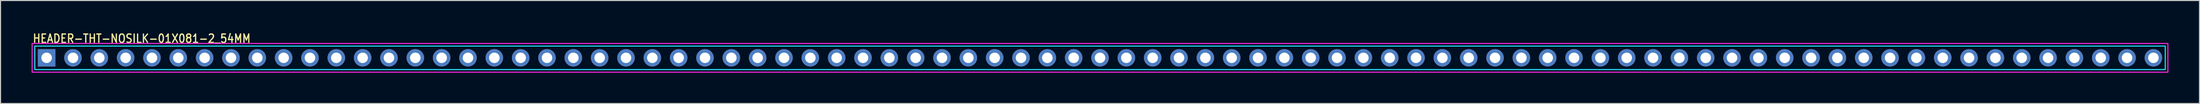
<source format=kicad_pcb>
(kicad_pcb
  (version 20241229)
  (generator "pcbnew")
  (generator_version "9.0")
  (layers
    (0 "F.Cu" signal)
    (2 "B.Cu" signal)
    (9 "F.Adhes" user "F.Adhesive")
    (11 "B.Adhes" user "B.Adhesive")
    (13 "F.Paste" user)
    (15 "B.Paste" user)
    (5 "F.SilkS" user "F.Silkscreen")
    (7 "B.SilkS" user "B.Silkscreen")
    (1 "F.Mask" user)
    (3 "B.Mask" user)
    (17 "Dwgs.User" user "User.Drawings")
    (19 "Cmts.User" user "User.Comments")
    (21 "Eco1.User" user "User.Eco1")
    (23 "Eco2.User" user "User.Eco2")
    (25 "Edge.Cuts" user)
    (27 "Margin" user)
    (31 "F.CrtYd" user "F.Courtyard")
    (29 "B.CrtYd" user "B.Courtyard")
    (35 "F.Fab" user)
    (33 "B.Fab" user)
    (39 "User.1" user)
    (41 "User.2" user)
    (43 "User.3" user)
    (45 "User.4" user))
  (footprint "HEADER-THT-NOSILK-01X081-2_54MM"
    (layer "F.Cu")
    (at 1.447 2.579)
    (property "Reference" "HEADER-THT-NOSILK-01X081-2_54MM" (at -1.4 -1.4 0) (unlocked yes) (layer "F.SilkS") (effects (font (size 0.813 0.695) (thickness 0.122)) (justify left bottom)))
    (fp_poly (pts (xy -1.143 -1.143) (xy 204.343 -1.143) (xy 204.343 1.143) (xy -1.143 1.143)) (stroke (width 0.1) (type solid)) (fill no) (layer "B.CrtYd"))
    (fp_poly (pts (xy -1.397 -1.397) (xy 204.597 -1.397) (xy 204.597 1.397) (xy -1.397 1.397)) (stroke (width 0.1) (type solid)) (fill no) (layer "F.CrtYd"))
    (pad "1" thru_hole rect (at 0 0) (size 1.693 1.693) (drill 1.016) (layers "*.Cu" "*.Mask"))
    (pad "2" thru_hole oval (at 2.54 0) (size 1.693 1.693) (drill 1.016) (layers "*.Cu" "*.Mask"))
    (pad "3" thru_hole oval (at 5.08 0) (size 1.693 1.693) (drill 1.016) (layers "*.Cu" "*.Mask"))
    (pad "4" thru_hole oval (at 7.62 0) (size 1.693 1.693) (drill 1.016) (layers "*.Cu" "*.Mask"))
    (pad "5" thru_hole oval (at 10.16 0) (size 1.693 1.693) (drill 1.016) (layers "*.Cu" "*.Mask"))
    (pad "6" thru_hole oval (at 12.7 0) (size 1.693 1.693) (drill 1.016) (layers "*.Cu" "*.Mask"))
    (pad "7" thru_hole oval (at 15.24 0) (size 1.693 1.693) (drill 1.016) (layers "*.Cu" "*.Mask"))
    (pad "8" thru_hole oval (at 17.78 0) (size 1.693 1.693) (drill 1.016) (layers "*.Cu" "*.Mask"))
    (pad "9" thru_hole oval (at 20.32 0) (size 1.693 1.693) (drill 1.016) (layers "*.Cu" "*.Mask"))
    (pad "10" thru_hole oval (at 22.86 0) (size 1.693 1.693) (drill 1.016) (layers "*.Cu" "*.Mask"))
    (pad "11" thru_hole oval (at 25.4 0) (size 1.693 1.693) (drill 1.016) (layers "*.Cu" "*.Mask"))
    (pad "12" thru_hole oval (at 27.94 0) (size 1.693 1.693) (drill 1.016) (layers "*.Cu" "*.Mask"))
    (pad "13" thru_hole oval (at 30.48 0) (size 1.693 1.693) (drill 1.016) (layers "*.Cu" "*.Mask"))
    (pad "14" thru_hole oval (at 33.02 0) (size 1.693 1.693) (drill 1.016) (layers "*.Cu" "*.Mask"))
    (pad "15" thru_hole oval (at 35.56 0) (size 1.693 1.693) (drill 1.016) (layers "*.Cu" "*.Mask"))
    (pad "16" thru_hole oval (at 38.1 0) (size 1.693 1.693) (drill 1.016) (layers "*.Cu" "*.Mask"))
    (pad "17" thru_hole oval (at 40.64 0) (size 1.693 1.693) (drill 1.016) (layers "*.Cu" "*.Mask"))
    (pad "18" thru_hole oval (at 43.18 0) (size 1.693 1.693) (drill 1.016) (layers "*.Cu" "*.Mask"))
    (pad "19" thru_hole oval (at 45.72 0) (size 1.693 1.693) (drill 1.016) (layers "*.Cu" "*.Mask"))
    (pad "20" thru_hole oval (at 48.26 0) (size 1.693 1.693) (drill 1.016) (layers "*.Cu" "*.Mask"))
    (pad "21" thru_hole oval (at 50.8 0) (size 1.693 1.693) (drill 1.016) (layers "*.Cu" "*.Mask"))
    (pad "22" thru_hole oval (at 53.34 0) (size 1.693 1.693) (drill 1.016) (layers "*.Cu" "*.Mask"))
    (pad "23" thru_hole oval (at 55.88 0) (size 1.693 1.693) (drill 1.016) (layers "*.Cu" "*.Mask"))
    (pad "24" thru_hole oval (at 58.42 0) (size 1.693 1.693) (drill 1.016) (layers "*.Cu" "*.Mask"))
    (pad "25" thru_hole oval (at 60.96 0) (size 1.693 1.693) (drill 1.016) (layers "*.Cu" "*.Mask"))
    (pad "26" thru_hole oval (at 63.5 0) (size 1.693 1.693) (drill 1.016) (layers "*.Cu" "*.Mask"))
    (pad "27" thru_hole oval (at 66.04 0) (size 1.693 1.693) (drill 1.016) (layers "*.Cu" "*.Mask"))
    (pad "28" thru_hole oval (at 68.58 0) (size 1.693 1.693) (drill 1.016) (layers "*.Cu" "*.Mask"))
    (pad "29" thru_hole oval (at 71.12 0) (size 1.693 1.693) (drill 1.016) (layers "*.Cu" "*.Mask"))
    (pad "30" thru_hole oval (at 73.66 0) (size 1.693 1.693) (drill 1.016) (layers "*.Cu" "*.Mask"))
    (pad "31" thru_hole oval (at 76.2 0) (size 1.693 1.693) (drill 1.016) (layers "*.Cu" "*.Mask"))
    (pad "32" thru_hole oval (at 78.74 0) (size 1.693 1.693) (drill 1.016) (layers "*.Cu" "*.Mask"))
    (pad "33" thru_hole oval (at 81.28 0) (size 1.693 1.693) (drill 1.016) (layers "*.Cu" "*.Mask"))
    (pad "34" thru_hole oval (at 83.82 0) (size 1.693 1.693) (drill 1.016) (layers "*.Cu" "*.Mask"))
    (pad "35" thru_hole oval (at 86.36 0) (size 1.693 1.693) (drill 1.016) (layers "*.Cu" "*.Mask"))
    (pad "36" thru_hole oval (at 88.9 0) (size 1.693 1.693) (drill 1.016) (layers "*.Cu" "*.Mask"))
    (pad "37" thru_hole oval (at 91.44 0) (size 1.693 1.693) (drill 1.016) (layers "*.Cu" "*.Mask"))
    (pad "38" thru_hole oval (at 93.98 0) (size 1.693 1.693) (drill 1.016) (layers "*.Cu" "*.Mask"))
    (pad "39" thru_hole oval (at 96.52 0) (size 1.693 1.693) (drill 1.016) (layers "*.Cu" "*.Mask"))
    (pad "40" thru_hole oval (at 99.06 0) (size 1.693 1.693) (drill 1.016) (layers "*.Cu" "*.Mask"))
    (pad "41" thru_hole oval (at 101.6 0) (size 1.693 1.693) (drill 1.016) (layers "*.Cu" "*.Mask"))
    (pad "42" thru_hole oval (at 104.14 0) (size 1.693 1.693) (drill 1.016) (layers "*.Cu" "*.Mask"))
    (pad "43" thru_hole oval (at 106.68 0) (size 1.693 1.693) (drill 1.016) (layers "*.Cu" "*.Mask"))
    (pad "44" thru_hole oval (at 109.22 0) (size 1.693 1.693) (drill 1.016) (layers "*.Cu" "*.Mask"))
    (pad "45" thru_hole oval (at 111.76 0) (size 1.693 1.693) (drill 1.016) (layers "*.Cu" "*.Mask"))
    (pad "46" thru_hole oval (at 114.3 0) (size 1.693 1.693) (drill 1.016) (layers "*.Cu" "*.Mask"))
    (pad "47" thru_hole oval (at 116.84 0) (size 1.693 1.693) (drill 1.016) (layers "*.Cu" "*.Mask"))
    (pad "48" thru_hole oval (at 119.38 0) (size 1.693 1.693) (drill 1.016) (layers "*.Cu" "*.Mask"))
    (pad "49" thru_hole oval (at 121.92 0) (size 1.693 1.693) (drill 1.016) (layers "*.Cu" "*.Mask"))
    (pad "50" thru_hole oval (at 124.46 0) (size 1.693 1.693) (drill 1.016) (layers "*.Cu" "*.Mask"))
    (pad "51" thru_hole oval (at 127 0) (size 1.693 1.693) (drill 1.016) (layers "*.Cu" "*.Mask"))
    (pad "52" thru_hole oval (at 129.54 0) (size 1.693 1.693) (drill 1.016) (layers "*.Cu" "*.Mask"))
    (pad "53" thru_hole oval (at 132.08 0) (size 1.693 1.693) (drill 1.016) (layers "*.Cu" "*.Mask"))
    (pad "54" thru_hole oval (at 134.62 0) (size 1.693 1.693) (drill 1.016) (layers "*.Cu" "*.Mask"))
    (pad "55" thru_hole oval (at 137.16 0) (size 1.693 1.693) (drill 1.016) (layers "*.Cu" "*.Mask"))
    (pad "56" thru_hole oval (at 139.7 0) (size 1.693 1.693) (drill 1.016) (layers "*.Cu" "*.Mask"))
    (pad "57" thru_hole oval (at 142.24 0) (size 1.693 1.693) (drill 1.016) (layers "*.Cu" "*.Mask"))
    (pad "58" thru_hole oval (at 144.78 0) (size 1.693 1.693) (drill 1.016) (layers "*.Cu" "*.Mask"))
    (pad "59" thru_hole oval (at 147.32 0) (size 1.693 1.693) (drill 1.016) (layers "*.Cu" "*.Mask"))
    (pad "60" thru_hole oval (at 149.86 0) (size 1.693 1.693) (drill 1.016) (layers "*.Cu" "*.Mask"))
    (pad "61" thru_hole oval (at 152.4 0) (size 1.693 1.693) (drill 1.016) (layers "*.Cu" "*.Mask"))
    (pad "62" thru_hole oval (at 154.94 0) (size 1.693 1.693) (drill 1.016) (layers "*.Cu" "*.Mask"))
    (pad "63" thru_hole oval (at 157.48 0) (size 1.693 1.693) (drill 1.016) (layers "*.Cu" "*.Mask"))
    (pad "64" thru_hole oval (at 160.02 0) (size 1.693 1.693) (drill 1.016) (layers "*.Cu" "*.Mask"))
    (pad "65" thru_hole oval (at 162.56 0) (size 1.693 1.693) (drill 1.016) (layers "*.Cu" "*.Mask"))
    (pad "66" thru_hole oval (at 165.1 0) (size 1.693 1.693) (drill 1.016) (layers "*.Cu" "*.Mask"))
    (pad "67" thru_hole oval (at 167.64 0) (size 1.693 1.693) (drill 1.016) (layers "*.Cu" "*.Mask"))
    (pad "68" thru_hole oval (at 170.18 0) (size 1.693 1.693) (drill 1.016) (layers "*.Cu" "*.Mask"))
    (pad "69" thru_hole oval (at 172.72 0) (size 1.693 1.693) (drill 1.016) (layers "*.Cu" "*.Mask"))
    (pad "70" thru_hole oval (at 175.26 0) (size 1.693 1.693) (drill 1.016) (layers "*.Cu" "*.Mask"))
    (pad "71" thru_hole oval (at 177.8 0) (size 1.693 1.693) (drill 1.016) (layers "*.Cu" "*.Mask"))
    (pad "72" thru_hole oval (at 180.34 0) (size 1.693 1.693) (drill 1.016) (layers "*.Cu" "*.Mask"))
    (pad "73" thru_hole oval (at 182.88 0) (size 1.693 1.693) (drill 1.016) (layers "*.Cu" "*.Mask"))
    (pad "74" thru_hole oval (at 185.42 0) (size 1.693 1.693) (drill 1.016) (layers "*.Cu" "*.Mask"))
    (pad "75" thru_hole oval (at 187.96 0) (size 1.693 1.693) (drill 1.016) (layers "*.Cu" "*.Mask"))
    (pad "76" thru_hole oval (at 190.5 0) (size 1.693 1.693) (drill 1.016) (layers "*.Cu" "*.Mask"))
    (pad "77" thru_hole oval (at 193.04 0) (size 1.693 1.693) (drill 1.016) (layers "*.Cu" "*.Mask"))
    (pad "78" thru_hole oval (at 195.58 0) (size 1.693 1.693) (drill 1.016) (layers "*.Cu" "*.Mask"))
    (pad "79" thru_hole oval (at 198.12 0) (size 1.693 1.693) (drill 1.016) (layers "*.Cu" "*.Mask"))
    (pad "80" thru_hole oval (at 200.66 0) (size 1.693 1.693) (drill 1.016) (layers "*.Cu" "*.Mask"))
    (pad "81" thru_hole oval (at 203.2 0) (size 1.693 1.693) (drill 1.016) (layers "*.Cu" "*.Mask")))
  (gr_rect
    (start -3 -3)
    (end 209.094 7.026)
    (stroke (width 0.1) (type default))
    (fill no)
    (layer "Edge.Cuts")))
</source>
